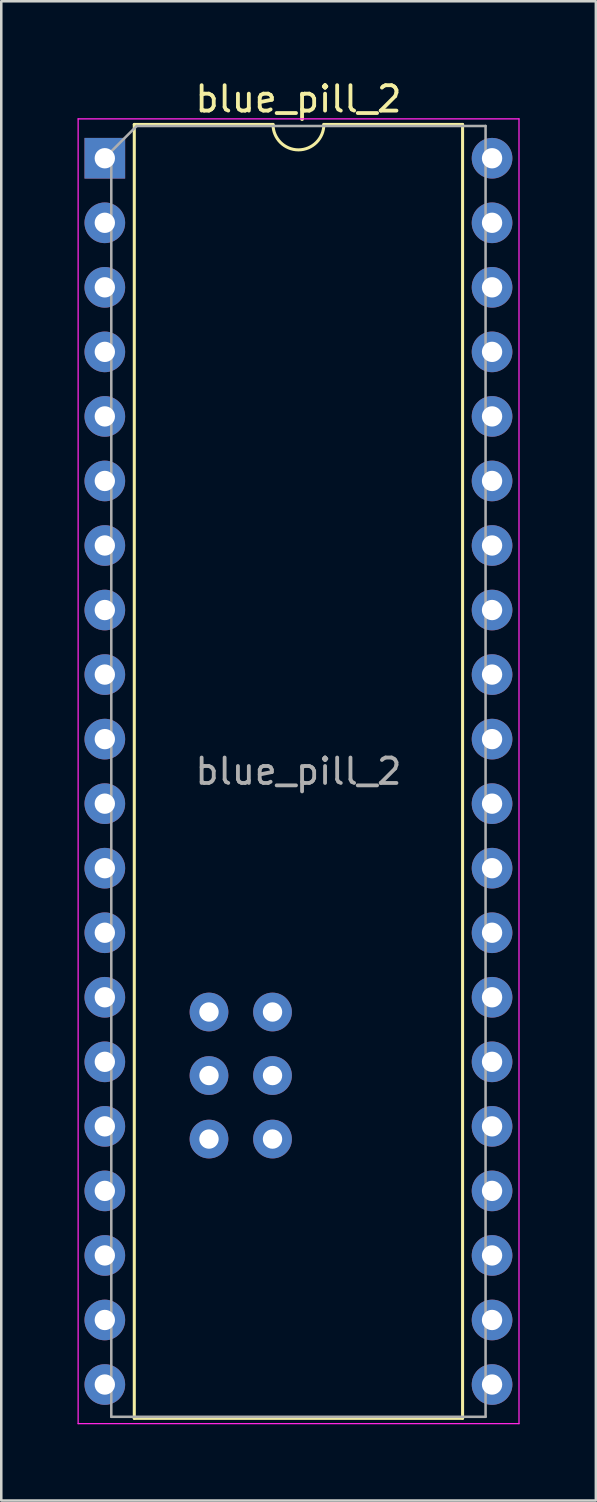
<source format=kicad_pcb>
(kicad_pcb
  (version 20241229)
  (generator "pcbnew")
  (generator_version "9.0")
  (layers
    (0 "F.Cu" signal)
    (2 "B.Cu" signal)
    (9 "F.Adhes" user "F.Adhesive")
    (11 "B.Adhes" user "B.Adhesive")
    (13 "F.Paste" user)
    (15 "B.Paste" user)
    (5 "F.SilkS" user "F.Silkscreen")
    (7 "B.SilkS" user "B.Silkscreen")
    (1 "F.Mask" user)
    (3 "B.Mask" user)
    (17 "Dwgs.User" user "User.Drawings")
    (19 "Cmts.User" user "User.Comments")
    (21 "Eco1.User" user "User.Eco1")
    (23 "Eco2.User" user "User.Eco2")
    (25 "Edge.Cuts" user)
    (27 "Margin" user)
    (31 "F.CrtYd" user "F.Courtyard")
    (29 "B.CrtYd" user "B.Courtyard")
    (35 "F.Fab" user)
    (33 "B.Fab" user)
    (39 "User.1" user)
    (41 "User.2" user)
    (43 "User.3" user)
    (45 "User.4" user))
  (footprint "blue_pill_2"
    (layer "F.Cu")
    (at 1.075 3.178)
    (property "Reference" "blue_pill_2" (at 7.62 -2.33 0) (layer "F.SilkS") (effects (font (size 1 1) (thickness 0.15))))
    (attr through_hole)
    (fp_line (start 1.16 -1.33) (end 1.16 49.59) (stroke (width 0.12) (type solid)) (layer "F.SilkS"))
    (fp_line (start 1.16 49.59) (end 14.08 49.59) (stroke (width 0.12) (type solid)) (layer "F.SilkS"))
    (fp_line (start 6.62 -1.33) (end 1.16 -1.33) (stroke (width 0.12) (type solid)) (layer "F.SilkS"))
    (fp_line (start 14.08 -1.33) (end 8.62 -1.33) (stroke (width 0.12) (type solid)) (layer "F.SilkS"))
    (fp_line (start 14.08 49.59) (end 14.08 -1.33) (stroke (width 0.12) (type solid)) (layer "F.SilkS"))
    (fp_arc (start 8.62 -1.33) (mid 7.62 -0.33) (end 6.62 -1.33) (stroke (width 0.12) (type solid)) (layer "F.SilkS"))
    (fp_line (start -1.05 -1.55) (end -1.05 49.8) (stroke (width 0.05) (type solid)) (layer "F.CrtYd"))
    (fp_line (start -1.05 49.8) (end 16.3 49.8) (stroke (width 0.05) (type solid)) (layer "F.CrtYd"))
    (fp_line (start 16.3 -1.55) (end -1.05 -1.55) (stroke (width 0.05) (type solid)) (layer "F.CrtYd"))
    (fp_line (start 16.3 49.8) (end 16.3 -1.55) (stroke (width 0.05) (type solid)) (layer "F.CrtYd"))
    (fp_line (start 0.255 -0.27) (end 1.255 -1.27) (stroke (width 0.1) (type solid)) (layer "F.Fab"))
    (fp_line (start 0.255 49.53) (end 0.255 -0.27) (stroke (width 0.1) (type solid)) (layer "F.Fab"))
    (fp_line (start 1.255 -1.27) (end 14.985 -1.27) (stroke (width 0.1) (type solid)) (layer "F.Fab"))
    (fp_line (start 14.985 -1.27) (end 14.985 49.53) (stroke (width 0.1) (type solid)) (layer "F.Fab"))
    (fp_line (start 14.985 49.53) (end 0.255 49.53) (stroke (width 0.1) (type solid)) (layer "F.Fab"))
    (fp_text user "${REFERENCE}" (at 7.62 24.13 0) (layer "F.Fab") (effects (font (size 1 1) (thickness 0.15))))
    (pad "1" thru_hole rect (at 0 0) (size 1.6 1.6) (drill 0.8) (layers "*.Cu" "*.Mask"))
    (pad "2" thru_hole oval (at 0 2.54) (size 1.6 1.6) (drill 0.8) (layers "*.Cu" "*.Mask"))
    (pad "3" thru_hole oval (at 0 5.08) (size 1.6 1.6) (drill 0.8) (layers "*.Cu" "*.Mask"))
    (pad "4" thru_hole oval (at 0 7.62) (size 1.6 1.6) (drill 0.8) (layers "*.Cu" "*.Mask"))
    (pad "5" thru_hole oval (at 0 10.16) (size 1.6 1.6) (drill 0.8) (layers "*.Cu" "*.Mask"))
    (pad "6" thru_hole oval (at 0 12.7) (size 1.6 1.6) (drill 0.8) (layers "*.Cu" "*.Mask"))
    (pad "7" thru_hole oval (at 0 15.24) (size 1.6 1.6) (drill 0.8) (layers "*.Cu" "*.Mask"))
    (pad "8" thru_hole oval (at 0 17.78) (size 1.6 1.6) (drill 0.8) (layers "*.Cu" "*.Mask"))
    (pad "9" thru_hole oval (at 0 20.32) (size 1.6 1.6) (drill 0.8) (layers "*.Cu" "*.Mask"))
    (pad "10" thru_hole oval (at 0 22.86) (size 1.6 1.6) (drill 0.8) (layers "*.Cu" "*.Mask"))
    (pad "11" thru_hole oval (at 0 25.4) (size 1.6 1.6) (drill 0.8) (layers "*.Cu" "*.Mask"))
    (pad "12" thru_hole oval (at 0 27.94) (size 1.6 1.6) (drill 0.8) (layers "*.Cu" "*.Mask"))
    (pad "13" thru_hole oval (at 0 30.48) (size 1.6 1.6) (drill 0.8) (layers "*.Cu" "*.Mask"))
    (pad "14" thru_hole oval (at 0 33.02) (size 1.6 1.6) (drill 0.8) (layers "*.Cu" "*.Mask"))
    (pad "15" thru_hole oval (at 0 35.56) (size 1.6 1.6) (drill 0.8) (layers "*.Cu" "*.Mask"))
    (pad "16" thru_hole oval (at 0 38.1) (size 1.6 1.6) (drill 0.8) (layers "*.Cu" "*.Mask"))
    (pad "17" thru_hole oval (at 0 40.64) (size 1.6 1.6) (drill 0.8) (layers "*.Cu" "*.Mask"))
    (pad "18" thru_hole oval (at 0 43.18) (size 1.6 1.6) (drill 0.8) (layers "*.Cu" "*.Mask"))
    (pad "19" thru_hole oval (at 0 45.72) (size 1.6 1.6) (drill 0.8) (layers "*.Cu" "*.Mask"))
    (pad "20" thru_hole oval (at 0 48.26) (size 1.6 1.6) (drill 0.8) (layers "*.Cu" "*.Mask"))
    (pad "21" thru_hole oval (at 15.24 48.26) (size 1.6 1.6) (drill 0.8) (layers "*.Cu" "*.Mask"))
    (pad "22" thru_hole oval (at 15.24 45.72) (size 1.6 1.6) (drill 0.8) (layers "*.Cu" "*.Mask"))
    (pad "23" thru_hole oval (at 15.24 43.18) (size 1.6 1.6) (drill 0.8) (layers "*.Cu" "*.Mask"))
    (pad "24" thru_hole oval (at 15.24 40.64) (size 1.6 1.6) (drill 0.8) (layers "*.Cu" "*.Mask"))
    (pad "25" thru_hole oval (at 15.24 38.1) (size 1.6 1.6) (drill 0.8) (layers "*.Cu" "*.Mask"))
    (pad "26" thru_hole oval (at 15.24 35.56) (size 1.6 1.6) (drill 0.8) (layers "*.Cu" "*.Mask"))
    (pad "27" thru_hole oval (at 15.24 33.02) (size 1.6 1.6) (drill 0.8) (layers "*.Cu" "*.Mask"))
    (pad "28" thru_hole oval (at 15.24 30.48) (size 1.6 1.6) (drill 0.8) (layers "*.Cu" "*.Mask"))
    (pad "29" thru_hole oval (at 15.24 27.94) (size 1.6 1.6) (drill 0.8) (layers "*.Cu" "*.Mask"))
    (pad "30" thru_hole oval (at 15.24 25.4) (size 1.6 1.6) (drill 0.8) (layers "*.Cu" "*.Mask"))
    (pad "31" thru_hole oval (at 15.24 22.86) (size 1.6 1.6) (drill 0.8) (layers "*.Cu" "*.Mask"))
    (pad "32" thru_hole oval (at 15.24 20.32) (size 1.6 1.6) (drill 0.8) (layers "*.Cu" "*.Mask"))
    (pad "33" thru_hole oval (at 15.24 17.78) (size 1.6 1.6) (drill 0.8) (layers "*.Cu" "*.Mask"))
    (pad "34" thru_hole oval (at 15.24 15.24) (size 1.6 1.6) (drill 0.8) (layers "*.Cu" "*.Mask"))
    (pad "35" thru_hole oval (at 15.24 12.7) (size 1.6 1.6) (drill 0.8) (layers "*.Cu" "*.Mask"))
    (pad "36" thru_hole oval (at 15.24 10.16) (size 1.6 1.6) (drill 0.8) (layers "*.Cu" "*.Mask"))
    (pad "37" thru_hole oval (at 15.24 7.62) (size 1.6 1.6) (drill 0.8) (layers "*.Cu" "*.Mask"))
    (pad "38" thru_hole oval (at 15.24 5.08) (size 1.6 1.6) (drill 0.8) (layers "*.Cu" "*.Mask"))
    (pad "39" thru_hole oval (at 15.24 2.54) (size 1.6 1.6) (drill 0.8) (layers "*.Cu" "*.Mask"))
    (pad "40" thru_hole oval (at 15.24 0) (size 1.6 1.6) (drill 0.8) (layers "*.Cu" "*.Mask"))
    (pad "45" thru_hole circle (at 6.6 33.6) (size 1.524 1.524) (drill 0.762) (layers "*.Cu" "*.Mask"))
    (pad "46" thru_hole circle (at 6.6 36.1) (size 1.524 1.524) (drill 0.762) (layers "*.Cu" "*.Mask"))
    (pad "47" thru_hole circle (at 6.6 38.6) (size 1.524 1.524) (drill 0.762) (layers "*.Cu" "*.Mask"))
    (pad "48" thru_hole circle (at 4.1 33.6) (size 1.524 1.524) (drill 0.762) (layers "*.Cu" "*.Mask"))
    (pad "49" thru_hole circle (at 4.1 36.1) (size 1.524 1.524) (drill 0.762) (layers "*.Cu" "*.Mask"))
    (pad "50" thru_hole circle (at 4.1 38.6) (size 1.524 1.524) (drill 0.762) (layers "*.Cu" "*.Mask")))
  (gr_rect
    (start -3 -3)
    (end 20.4 56.003)
    (stroke (width 0.1) (type default))
    (fill no)
    (layer "Edge.Cuts")))
</source>
